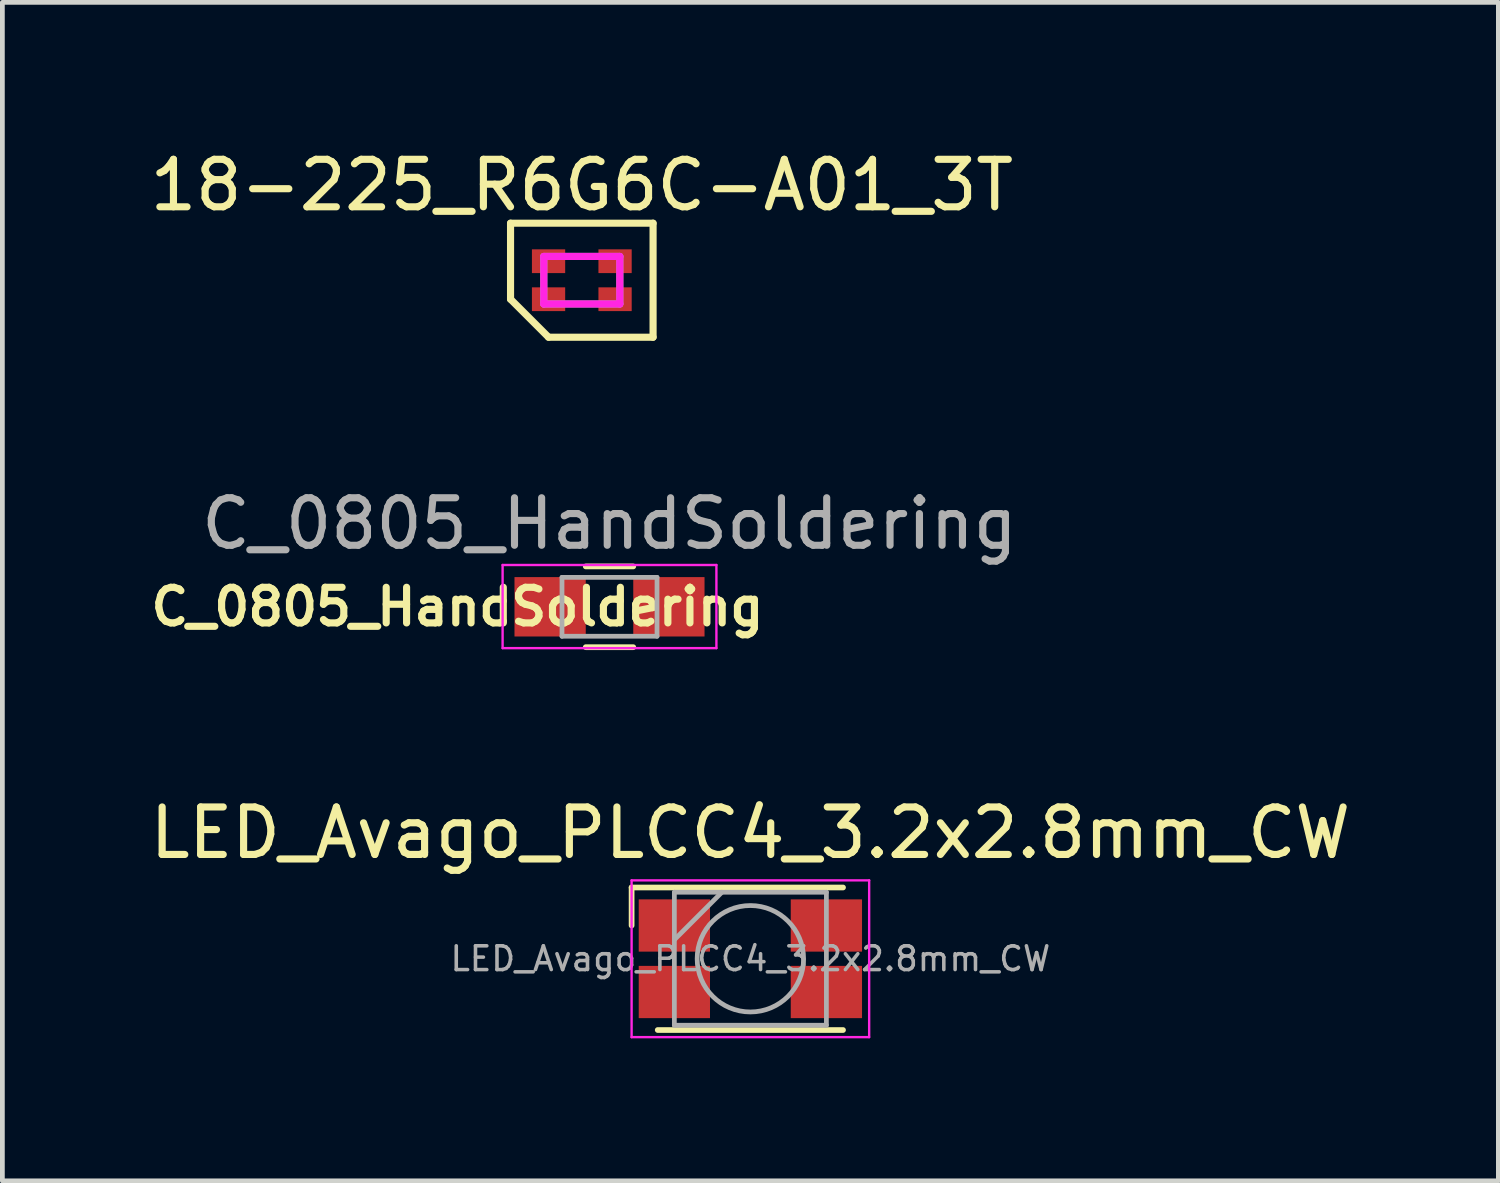
<source format=kicad_pcb>
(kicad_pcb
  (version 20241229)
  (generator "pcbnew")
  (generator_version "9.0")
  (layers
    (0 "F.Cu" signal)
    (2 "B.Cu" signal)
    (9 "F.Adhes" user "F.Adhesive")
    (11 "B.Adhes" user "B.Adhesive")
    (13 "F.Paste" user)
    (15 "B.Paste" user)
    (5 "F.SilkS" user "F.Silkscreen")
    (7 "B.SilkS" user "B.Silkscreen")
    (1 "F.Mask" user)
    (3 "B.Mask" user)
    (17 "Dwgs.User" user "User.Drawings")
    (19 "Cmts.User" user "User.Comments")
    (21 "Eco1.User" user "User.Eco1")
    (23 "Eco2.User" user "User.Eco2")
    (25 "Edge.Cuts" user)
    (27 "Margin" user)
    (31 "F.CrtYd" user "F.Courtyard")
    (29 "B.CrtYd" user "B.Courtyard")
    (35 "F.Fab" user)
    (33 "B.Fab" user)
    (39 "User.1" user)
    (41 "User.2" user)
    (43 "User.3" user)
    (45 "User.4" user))
  (footprint "C_0805_HandSoldering"
    (layer "F.Cu")
    (at 9.779 9.722)
    (property "Reference" "C_0805_HandSoldering" (at -3.2 0 0) (layer "F.SilkS") (effects (font (size 0.75 0.75) (thickness 0.15))))
    (attr smd)
    (fp_line (start -0.5 0.85) (end 0.5 0.85) (stroke (width 0.12) (type solid)) (layer "F.SilkS"))
    (fp_line (start 0.5 -0.85) (end -0.5 -0.85) (stroke (width 0.12) (type solid)) (layer "F.SilkS"))
    (fp_line (start -2.25 -0.88) (end -2.25 0.87) (stroke (width 0.05) (type solid)) (layer "F.CrtYd"))
    (fp_line (start -2.25 -0.88) (end 2.25 -0.88) (stroke (width 0.05) (type solid)) (layer "F.CrtYd"))
    (fp_line (start 2.25 0.87) (end -2.25 0.87) (stroke (width 0.05) (type solid)) (layer "F.CrtYd"))
    (fp_line (start 2.25 0.87) (end 2.25 -0.88) (stroke (width 0.05) (type solid)) (layer "F.CrtYd"))
    (fp_line (start -1 -0.62) (end 1 -0.62) (stroke (width 0.1) (type solid)) (layer "F.Fab"))
    (fp_line (start -1 0.62) (end -1 -0.62) (stroke (width 0.1) (type solid)) (layer "F.Fab"))
    (fp_line (start 1 -0.62) (end 1 0.62) (stroke (width 0.1) (type solid)) (layer "F.Fab"))
    (fp_line (start 1 0.62) (end -1 0.62) (stroke (width 0.1) (type solid)) (layer "F.Fab"))
    (fp_text user "${REFERENCE}" (at 0 -1.75 0) (layer "F.Fab") (effects (font (size 1 1) (thickness 0.15))))
    (pad "1" smd rect (at -1.25 0) (size 1.5 1.25) (layers "F.Cu" "F.Mask" "F.Paste"))
    (pad "2" smd rect (at 1.25 0) (size 1.5 1.25) (layers "F.Cu" "F.Mask" "F.Paste")))
  (footprint "18-225_R6G6C-A01_3T"
    (layer "F.Cu")
    (at 9.196 2.848)
    (property "Reference" "18-225_R6G6C-A01_3T" (at 0 -2 0) (layer "F.SilkS") (effects (font (size 1 1) (thickness 0.15))))
    (attr through_hole)
    (fp_line (start -1.5 -1.2) (end -1.5 0.4) (stroke (width 0.15) (type solid)) (layer "F.SilkS"))
    (fp_line (start -1.5 0.4) (end -0.7 1.2) (stroke (width 0.15) (type solid)) (layer "F.SilkS"))
    (fp_line (start -0.7 1.2) (end 1.5 1.2) (stroke (width 0.15) (type solid)) (layer "F.SilkS"))
    (fp_line (start 1.5 -1.2) (end -1.5 -1.2) (stroke (width 0.15) (type solid)) (layer "F.SilkS"))
    (fp_line (start 1.5 1.2) (end 1.5 -1.2) (stroke (width 0.15) (type solid)) (layer "F.SilkS"))
    (fp_line (start -0.8 -0.5) (end -0.8 0.5) (stroke (width 0.15) (type solid)) (layer "F.CrtYd"))
    (fp_line (start -0.8 0.5) (end 0.8 0.5) (stroke (width 0.15) (type solid)) (layer "F.CrtYd"))
    (fp_line (start 0.8 -0.5) (end -0.8 -0.5) (stroke (width 0.15) (type solid)) (layer "F.CrtYd"))
    (fp_line (start 0.8 0.5) (end 0.8 -0.5) (stroke (width 0.15) (type solid)) (layer "F.CrtYd"))
    (fp_line (start -0.8 -0.5) (end -0.8 0.5) (stroke (width 0.15) (type solid)) (layer "F.Fab"))
    (fp_line (start -0.8 0.5) (end 0.8 0.5) (stroke (width 0.15) (type solid)) (layer "F.Fab"))
    (fp_line (start 0.8 -0.5) (end -0.8 -0.5) (stroke (width 0.15) (type solid)) (layer "F.Fab"))
    (fp_line (start 0.8 0.5) (end 0.8 -0.5) (stroke (width 0.15) (type solid)) (layer "F.Fab"))
    (pad "1" smd rect (at 0.7 0.4) (size 0.7 0.5) (layers "F.Cu" "F.Mask" "F.Paste"))
    (pad "2" smd rect (at -0.7 0.4) (size 0.7 0.5) (layers "F.Cu" "F.Mask" "F.Paste"))
    (pad "3" smd rect (at 0.7 -0.4) (size 0.7 0.5) (layers "F.Cu" "F.Mask" "F.Paste"))
    (pad "4" smd rect (at -0.7 -0.4) (size 0.7 0.5) (layers "F.Cu" "F.Mask" "F.Paste")))
  (footprint "LED_Avago_PLCC4_3.2x2.8mm_CW"
    (layer "F.Cu")
    (at 12.744 17.13)
    (property "Reference" "LED_Avago_PLCC4_3.2x2.8mm_CW" (at 0 -2.65 0) (layer "F.SilkS") (effects (font (size 1 1) (thickness 0.15))))
    (attr smd)
    (fp_line (start -2.5 -1.5) (end 1.95 -1.5) (stroke (width 0.12) (type solid)) (layer "F.SilkS"))
    (fp_line (start -2.5 -0.7) (end -2.5 -1.5) (stroke (width 0.12) (type solid)) (layer "F.SilkS"))
    (fp_line (start -1.95 1.5) (end 1.95 1.5) (stroke (width 0.12) (type solid)) (layer "F.SilkS"))
    (fp_line (start -2.5 -1.65) (end -2.5 1.65) (stroke (width 0.05) (type solid)) (layer "F.CrtYd"))
    (fp_line (start -2.5 -1.65) (end 2.5 -1.65) (stroke (width 0.05) (type solid)) (layer "F.CrtYd"))
    (fp_line (start 2.5 1.65) (end -2.5 1.65) (stroke (width 0.05) (type solid)) (layer "F.CrtYd"))
    (fp_line (start 2.5 1.65) (end 2.5 -1.65) (stroke (width 0.05) (type solid)) (layer "F.CrtYd"))
    (fp_line (start -1.6 -1.4) (end -1.6 1.4) (stroke (width 0.1) (type solid)) (layer "F.Fab"))
    (fp_line (start -1.6 1.4) (end 1.6 1.4) (stroke (width 0.1) (type solid)) (layer "F.Fab"))
    (fp_line (start -0.6 -1.4) (end -1.6 -0.4) (stroke (width 0.1) (type solid)) (layer "F.Fab"))
    (fp_line (start 1.6 -1.4) (end -1.6 -1.4) (stroke (width 0.1) (type solid)) (layer "F.Fab"))
    (fp_line (start 1.6 1.4) (end 1.6 -1.4) (stroke (width 0.1) (type solid)) (layer "F.Fab"))
    (fp_circle (center 0 0) (end 1.12 0) (stroke (width 0.1) (type solid)) (fill no) (layer "F.Fab"))
    (fp_text user "${REFERENCE}" (at 0 0 0) (layer "F.Fab") (effects (font (size 0.5 0.5) (thickness 0.075))))
    (pad "1" smd rect (at -1.6 -0.7) (size 1.5 1.1) (layers "F.Cu" "F.Mask" "F.Paste"))
    (pad "2" smd rect (at 1.6 -0.7) (size 1.5 1.1) (layers "F.Cu" "F.Mask" "F.Paste"))
    (pad "3" smd rect (at 1.6 0.7) (size 1.5 1.1) (layers "F.Cu" "F.Mask" "F.Paste"))
    (pad "4" smd rect (at -1.6 0.7) (size 1.5 1.1) (layers "F.Cu" "F.Mask" "F.Paste")))
  (gr_rect
    (start -3 -3)
    (end 28.488 21.805)
    (stroke (width 0.1) (type default))
    (fill no)
    (layer "Edge.Cuts")))
</source>
